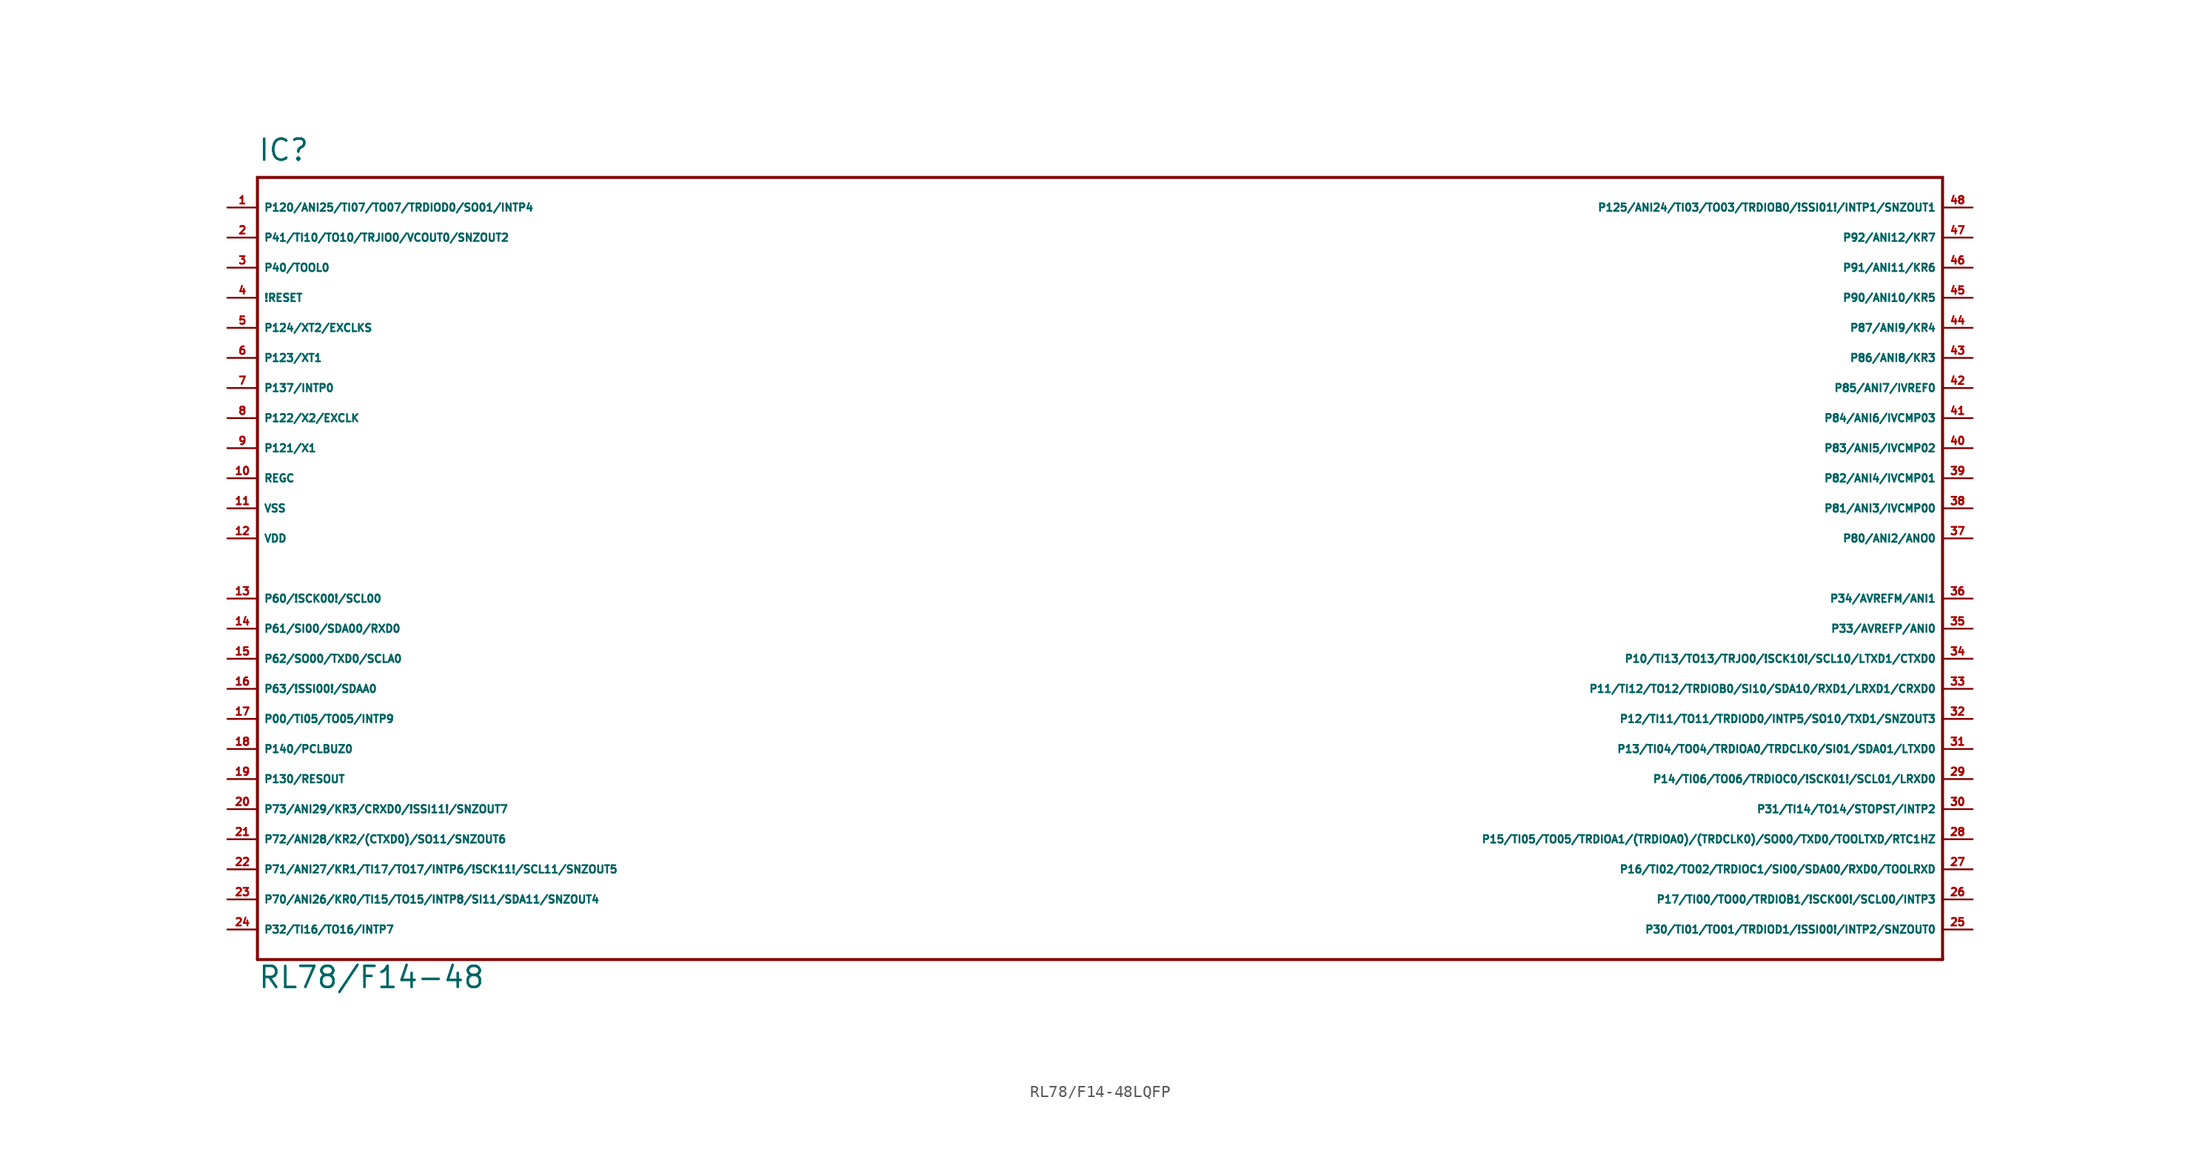
<source format=kicad_sym>
(kicad_symbol_lib
  (version 20220914)
  (generator Eagle2Kicad)
  (symbol "RL78/F14-48LQFP"
    (property "Reference" "IC"
      (at -73.66 34.29 0)
      (effects (font (size 1.778 1.778) (thickness 0.22)) (justify left bottom)))
    (property "Value" "RL78/F14-48"
      (at -73.66 -35.56 0)
      (effects (font (size 1.778 1.778) (thickness 0.22)) (justify left bottom)))
    (polyline
      (pts (xy 68.58 33.02) (xy -73.66 33.02))
      (stroke (width 0.254) (type default))
      (fill (type none)))
    (polyline
      (pts (xy -73.66 33.02) (xy -73.66 -33.02))
      (stroke (width 0.254) (type default))
      (fill (type none)))
    (polyline
      (pts (xy -73.66 -33.02) (xy 68.58 -33.02))
      (stroke (width 0.254) (type default))
      (fill (type none)))
    (polyline
      (pts (xy 68.58 -33.02) (xy 68.58 33.02))
      (stroke (width 0.254) (type default))
      (fill (type none)))
    (pin bidirectional line
      (at -76.2 27.94 0)
      (length 2.54)
      (name "P41/TI10/TO10/TRJIO0/VCOUT0/SNZOUT2" (effects (font (size 0.635 0.635) (thickness 0.08)) (justify left bottom)))
      (number "2" (effects (font (size 0.635 0.635) (thickness 0.08)) (justify left bottom))))
    (pin bidirectional line
      (at -76.2 25.4 0)
      (length 2.54)
      (name "P40/TOOL0" (effects (font (size 0.635 0.635) (thickness 0.08)) (justify left bottom)))
      (number "3" (effects (font (size 0.635 0.635) (thickness 0.08)) (justify left bottom))))
    (pin input line
      (at -76.2 22.86 0)
      (length 2.54)
      (name "!RESET" (effects (font (size 0.635 0.635) (thickness 0.08)) (justify left bottom)))
      (number "4" (effects (font (size 0.635 0.635) (thickness 0.08)) (justify left bottom))))
    (pin input line
      (at -76.2 20.32 0)
      (length 2.54)
      (name "P124/XT2/EXCLKS" (effects (font (size 0.635 0.635) (thickness 0.08)) (justify left bottom)))
      (number "5" (effects (font (size 0.635 0.635) (thickness 0.08)) (justify left bottom))))
    (pin input line
      (at -76.2 17.78 0)
      (length 2.54)
      (name "P123/XT1" (effects (font (size 0.635 0.635) (thickness 0.08)) (justify left bottom)))
      (number "6" (effects (font (size 0.635 0.635) (thickness 0.08)) (justify left bottom))))
    (pin input line
      (at -76.2 15.24 0)
      (length 2.54)
      (name "P137/INTP0" (effects (font (size 0.635 0.635) (thickness 0.08)) (justify left bottom)))
      (number "7" (effects (font (size 0.635 0.635) (thickness 0.08)) (justify left bottom))))
    (pin input line
      (at -76.2 12.7 0)
      (length 2.54)
      (name "P122/X2/EXCLK" (effects (font (size 0.635 0.635) (thickness 0.08)) (justify left bottom)))
      (number "8" (effects (font (size 0.635 0.635) (thickness 0.08)) (justify left bottom))))
    (pin input line
      (at -76.2 10.16 0)
      (length 2.54)
      (name "P121/X1" (effects (font (size 0.635 0.635) (thickness 0.08)) (justify left bottom)))
      (number "9" (effects (font (size 0.635 0.635) (thickness 0.08)) (justify left bottom))))
    (pin passive line
      (at -76.2 7.62 0)
      (length 2.54)
      (name "REGC" (effects (font (size 0.635 0.635) (thickness 0.08)) (justify left bottom)))
      (number "10" (effects (font (size 0.635 0.635) (thickness 0.08)) (justify left bottom))))
    (pin unspecified line
      (at -76.2 5.08 0)
      (length 2.54)
      (name "VSS" (effects (font (size 0.635 0.635) (thickness 0.08)) (justify left bottom)))
      (number "11" (effects (font (size 0.635 0.635) (thickness 0.08)) (justify left bottom))))
    (pin unspecified line
      (at -76.2 2.54 0)
      (length 2.54)
      (name "VDD" (effects (font (size 0.635 0.635) (thickness 0.08)) (justify left bottom)))
      (number "12" (effects (font (size 0.635 0.635) (thickness 0.08)) (justify left bottom))))
    (pin bidirectional line
      (at -76.2 -2.54 0)
      (length 2.54)
      (name "P60/!SCK00!/SCL00" (effects (font (size 0.635 0.635) (thickness 0.08)) (justify left bottom)))
      (number "13" (effects (font (size 0.635 0.635) (thickness 0.08)) (justify left bottom))))
    (pin bidirectional line
      (at -76.2 -5.08 0)
      (length 2.54)
      (name "P61/SI00/SDA00/RXD0" (effects (font (size 0.635 0.635) (thickness 0.08)) (justify left bottom)))
      (number "14" (effects (font (size 0.635 0.635) (thickness 0.08)) (justify left bottom))))
    (pin bidirectional line
      (at -76.2 -7.62 0)
      (length 2.54)
      (name "P62/SO00/TXD0/SCLA0" (effects (font (size 0.635 0.635) (thickness 0.08)) (justify left bottom)))
      (number "15" (effects (font (size 0.635 0.635) (thickness 0.08)) (justify left bottom))))
    (pin bidirectional line
      (at -76.2 -10.16 0)
      (length 2.54)
      (name "P63/!SSI00!/SDAA0" (effects (font (size 0.635 0.635) (thickness 0.08)) (justify left bottom)))
      (number "16" (effects (font (size 0.635 0.635) (thickness 0.08)) (justify left bottom))))
    (pin bidirectional line
      (at -76.2 -12.7 0)
      (length 2.54)
      (name "P00/TI05/TO05/INTP9" (effects (font (size 0.635 0.635) (thickness 0.08)) (justify left bottom)))
      (number "17" (effects (font (size 0.635 0.635) (thickness 0.08)) (justify left bottom))))
    (pin bidirectional line
      (at -76.2 -15.24 0)
      (length 2.54)
      (name "P140/PCLBUZ0" (effects (font (size 0.635 0.635) (thickness 0.08)) (justify left bottom)))
      (number "18" (effects (font (size 0.635 0.635) (thickness 0.08)) (justify left bottom))))
    (pin bidirectional line
      (at -76.2 -17.78 0)
      (length 2.54)
      (name "P130/RESOUT" (effects (font (size 0.635 0.635) (thickness 0.08)) (justify left bottom)))
      (number "19" (effects (font (size 0.635 0.635) (thickness 0.08)) (justify left bottom))))
    (pin bidirectional line
      (at -76.2 -20.32 0)
      (length 2.54)
      (name "P73/ANI29/KR3/CRXD0/!SSI11!/SNZOUT7" (effects (font (size 0.635 0.635) (thickness 0.08)) (justify left bottom)))
      (number "20" (effects (font (size 0.635 0.635) (thickness 0.08)) (justify left bottom))))
    (pin bidirectional line
      (at -76.2 -22.86 0)
      (length 2.54)
      (name "P72/ANI28/KR2/(CTXD0)/SO11/SNZOUT6" (effects (font (size 0.635 0.635) (thickness 0.08)) (justify left bottom)))
      (number "21" (effects (font (size 0.635 0.635) (thickness 0.08)) (justify left bottom))))
    (pin bidirectional line
      (at -76.2 -25.4 0)
      (length 2.54)
      (name "P71/ANI27/KR1/TI17/TO17/INTP6/!SCK11!/SCL11/SNZOUT5" (effects (font (size 0.635 0.635) (thickness 0.08)) (justify left bottom)))
      (number "22" (effects (font (size 0.635 0.635) (thickness 0.08)) (justify left bottom))))
    (pin bidirectional line
      (at -76.2 -27.94 0)
      (length 2.54)
      (name "P70/ANI26/KR0/TI15/TO15/INTP8/SI11/SDA11/SNZOUT4" (effects (font (size 0.635 0.635) (thickness 0.08)) (justify left bottom)))
      (number "23" (effects (font (size 0.635 0.635) (thickness 0.08)) (justify left bottom))))
    (pin bidirectional line
      (at -76.2 -30.48 0)
      (length 2.54)
      (name "P32/TI16/TO16/INTP7" (effects (font (size 0.635 0.635) (thickness 0.08)) (justify left bottom)))
      (number "24" (effects (font (size 0.635 0.635) (thickness 0.08)) (justify left bottom))))
    (pin bidirectional line
      (at 71.12 -30.48 180)
      (length 2.54)
      (name "P30/TI01/TO01/TRDIOD1/!SSI00!/INTP2/SNZOUT0" (effects (font (size 0.635 0.635) (thickness 0.08)) (justify left bottom)))
      (number "25" (effects (font (size 0.635 0.635) (thickness 0.08)) (justify left bottom))))
    (pin bidirectional line
      (at 71.12 -27.94 180)
      (length 2.54)
      (name "P17/TI00/TO00/TRDIOB1/!SCK00!/SCL00/INTP3" (effects (font (size 0.635 0.635) (thickness 0.08)) (justify left bottom)))
      (number "26" (effects (font (size 0.635 0.635) (thickness 0.08)) (justify left bottom))))
    (pin bidirectional line
      (at 71.12 -25.4 180)
      (length 2.54)
      (name "P16/TI02/TO02/TRDIOC1/SI00/SDA00/RXD0/TOOLRXD" (effects (font (size 0.635 0.635) (thickness 0.08)) (justify left bottom)))
      (number "27" (effects (font (size 0.635 0.635) (thickness 0.08)) (justify left bottom))))
    (pin bidirectional line
      (at 71.12 -22.86 180)
      (length 2.54)
      (name "P15/TI05/TO05/TRDIOA1/(TRDIOA0)/(TRDCLK0)/SO00/TXD0/TOOLTXD/RTC1HZ" (effects (font (size 0.635 0.635) (thickness 0.08)) (justify left bottom)))
      (number "28" (effects (font (size 0.635 0.635) (thickness 0.08)) (justify left bottom))))
    (pin bidirectional line
      (at 71.12 -17.78 180)
      (length 2.54)
      (name "P14/TI06/TO06/TRDIOC0/!SCK01!/SCL01/LRXD0" (effects (font (size 0.635 0.635) (thickness 0.08)) (justify left bottom)))
      (number "29" (effects (font (size 0.635 0.635) (thickness 0.08)) (justify left bottom))))
    (pin bidirectional line
      (at 71.12 -15.24 180)
      (length 2.54)
      (name "P13/TI04/TO04/TRDIOA0/TRDCLK0/SI01/SDA01/LTXD0" (effects (font (size 0.635 0.635) (thickness 0.08)) (justify left bottom)))
      (number "31" (effects (font (size 0.635 0.635) (thickness 0.08)) (justify left bottom))))
    (pin bidirectional line
      (at 71.12 -12.7 180)
      (length 2.54)
      (name "P12/TI11/TO11/TRDIOD0/INTP5/SO10/TXD1/SNZOUT3" (effects (font (size 0.635 0.635) (thickness 0.08)) (justify left bottom)))
      (number "32" (effects (font (size 0.635 0.635) (thickness 0.08)) (justify left bottom))))
    (pin bidirectional line
      (at 71.12 -10.16 180)
      (length 2.54)
      (name "P11/TI12/TO12/TRDIOB0/SI10/SDA10/RXD1/LRXD1/CRXD0" (effects (font (size 0.635 0.635) (thickness 0.08)) (justify left bottom)))
      (number "33" (effects (font (size 0.635 0.635) (thickness 0.08)) (justify left bottom))))
    (pin bidirectional line
      (at 71.12 -7.62 180)
      (length 2.54)
      (name "P10/TI13/TO13/TRJO0/!SCK10!/SCL10/LTXD1/CTXD0" (effects (font (size 0.635 0.635) (thickness 0.08)) (justify left bottom)))
      (number "34" (effects (font (size 0.635 0.635) (thickness 0.08)) (justify left bottom))))
    (pin bidirectional line
      (at 71.12 -5.08 180)
      (length 2.54)
      (name "P33/AVREFP/ANI0" (effects (font (size 0.635 0.635) (thickness 0.08)) (justify left bottom)))
      (number "35" (effects (font (size 0.635 0.635) (thickness 0.08)) (justify left bottom))))
    (pin bidirectional line
      (at 71.12 -2.54 180)
      (length 2.54)
      (name "P34/AVREFM/ANI1" (effects (font (size 0.635 0.635) (thickness 0.08)) (justify left bottom)))
      (number "36" (effects (font (size 0.635 0.635) (thickness 0.08)) (justify left bottom))))
    (pin bidirectional line
      (at 71.12 2.54 180)
      (length 2.54)
      (name "P80/ANI2/ANO0" (effects (font (size 0.635 0.635) (thickness 0.08)) (justify left bottom)))
      (number "37" (effects (font (size 0.635 0.635) (thickness 0.08)) (justify left bottom))))
    (pin bidirectional line
      (at 71.12 5.08 180)
      (length 2.54)
      (name "P81/ANI3/IVCMP00" (effects (font (size 0.635 0.635) (thickness 0.08)) (justify left bottom)))
      (number "38" (effects (font (size 0.635 0.635) (thickness 0.08)) (justify left bottom))))
    (pin bidirectional line
      (at 71.12 7.62 180)
      (length 2.54)
      (name "P82/ANI4/IVCMP01" (effects (font (size 0.635 0.635) (thickness 0.08)) (justify left bottom)))
      (number "39" (effects (font (size 0.635 0.635) (thickness 0.08)) (justify left bottom))))
    (pin bidirectional line
      (at 71.12 10.16 180)
      (length 2.54)
      (name "P83/ANI5/IVCMP02" (effects (font (size 0.635 0.635) (thickness 0.08)) (justify left bottom)))
      (number "40" (effects (font (size 0.635 0.635) (thickness 0.08)) (justify left bottom))))
    (pin bidirectional line
      (at 71.12 12.7 180)
      (length 2.54)
      (name "P84/ANI6/IVCMP03" (effects (font (size 0.635 0.635) (thickness 0.08)) (justify left bottom)))
      (number "41" (effects (font (size 0.635 0.635) (thickness 0.08)) (justify left bottom))))
    (pin bidirectional line
      (at 71.12 15.24 180)
      (length 2.54)
      (name "P85/ANI7/IVREF0" (effects (font (size 0.635 0.635) (thickness 0.08)) (justify left bottom)))
      (number "42" (effects (font (size 0.635 0.635) (thickness 0.08)) (justify left bottom))))
    (pin bidirectional line
      (at 71.12 17.78 180)
      (length 2.54)
      (name "P86/ANI8/KR3" (effects (font (size 0.635 0.635) (thickness 0.08)) (justify left bottom)))
      (number "43" (effects (font (size 0.635 0.635) (thickness 0.08)) (justify left bottom))))
    (pin bidirectional line
      (at 71.12 20.32 180)
      (length 2.54)
      (name "P87/ANI9/KR4" (effects (font (size 0.635 0.635) (thickness 0.08)) (justify left bottom)))
      (number "44" (effects (font (size 0.635 0.635) (thickness 0.08)) (justify left bottom))))
    (pin bidirectional line
      (at 71.12 22.86 180)
      (length 2.54)
      (name "P90/ANI10/KR5" (effects (font (size 0.635 0.635) (thickness 0.08)) (justify left bottom)))
      (number "45" (effects (font (size 0.635 0.635) (thickness 0.08)) (justify left bottom))))
    (pin bidirectional line
      (at 71.12 25.4 180)
      (length 2.54)
      (name "P91/ANI11/KR6" (effects (font (size 0.635 0.635) (thickness 0.08)) (justify left bottom)))
      (number "46" (effects (font (size 0.635 0.635) (thickness 0.08)) (justify left bottom))))
    (pin bidirectional line
      (at 71.12 27.94 180)
      (length 2.54)
      (name "P92/ANI12/KR7" (effects (font (size 0.635 0.635) (thickness 0.08)) (justify left bottom)))
      (number "47" (effects (font (size 0.635 0.635) (thickness 0.08)) (justify left bottom))))
    (pin bidirectional line
      (at 71.12 30.48 180)
      (length 2.54)
      (name "P125/ANI24/TI03/TO03/TRDIOB0/!SSI01!/INTP1/SNZOUT1" (effects (font (size 0.635 0.635) (thickness 0.08)) (justify left bottom)))
      (number "48" (effects (font (size 0.635 0.635) (thickness 0.08)) (justify left bottom))))
    (pin bidirectional line
      (at -76.2 30.48 0)
      (length 2.54)
      (name "P120/ANI25/TI07/TO07/TRDIOD0/SO01/INTP4" (effects (font (size 0.635 0.635) (thickness 0.08)) (justify left bottom)))
      (number "1" (effects (font (size 0.635 0.635) (thickness 0.08)) (justify left bottom))))
    (pin bidirectional line
      (at 71.12 -20.32 180)
      (length 2.54)
      (name "P31/TI14/TO14/STOPST/INTP2" (effects (font (size 0.635 0.635) (thickness 0.08)) (justify left bottom)))
      (number "30" (effects (font (size 0.635 0.635) (thickness 0.08)) (justify left bottom))))))
</source>
